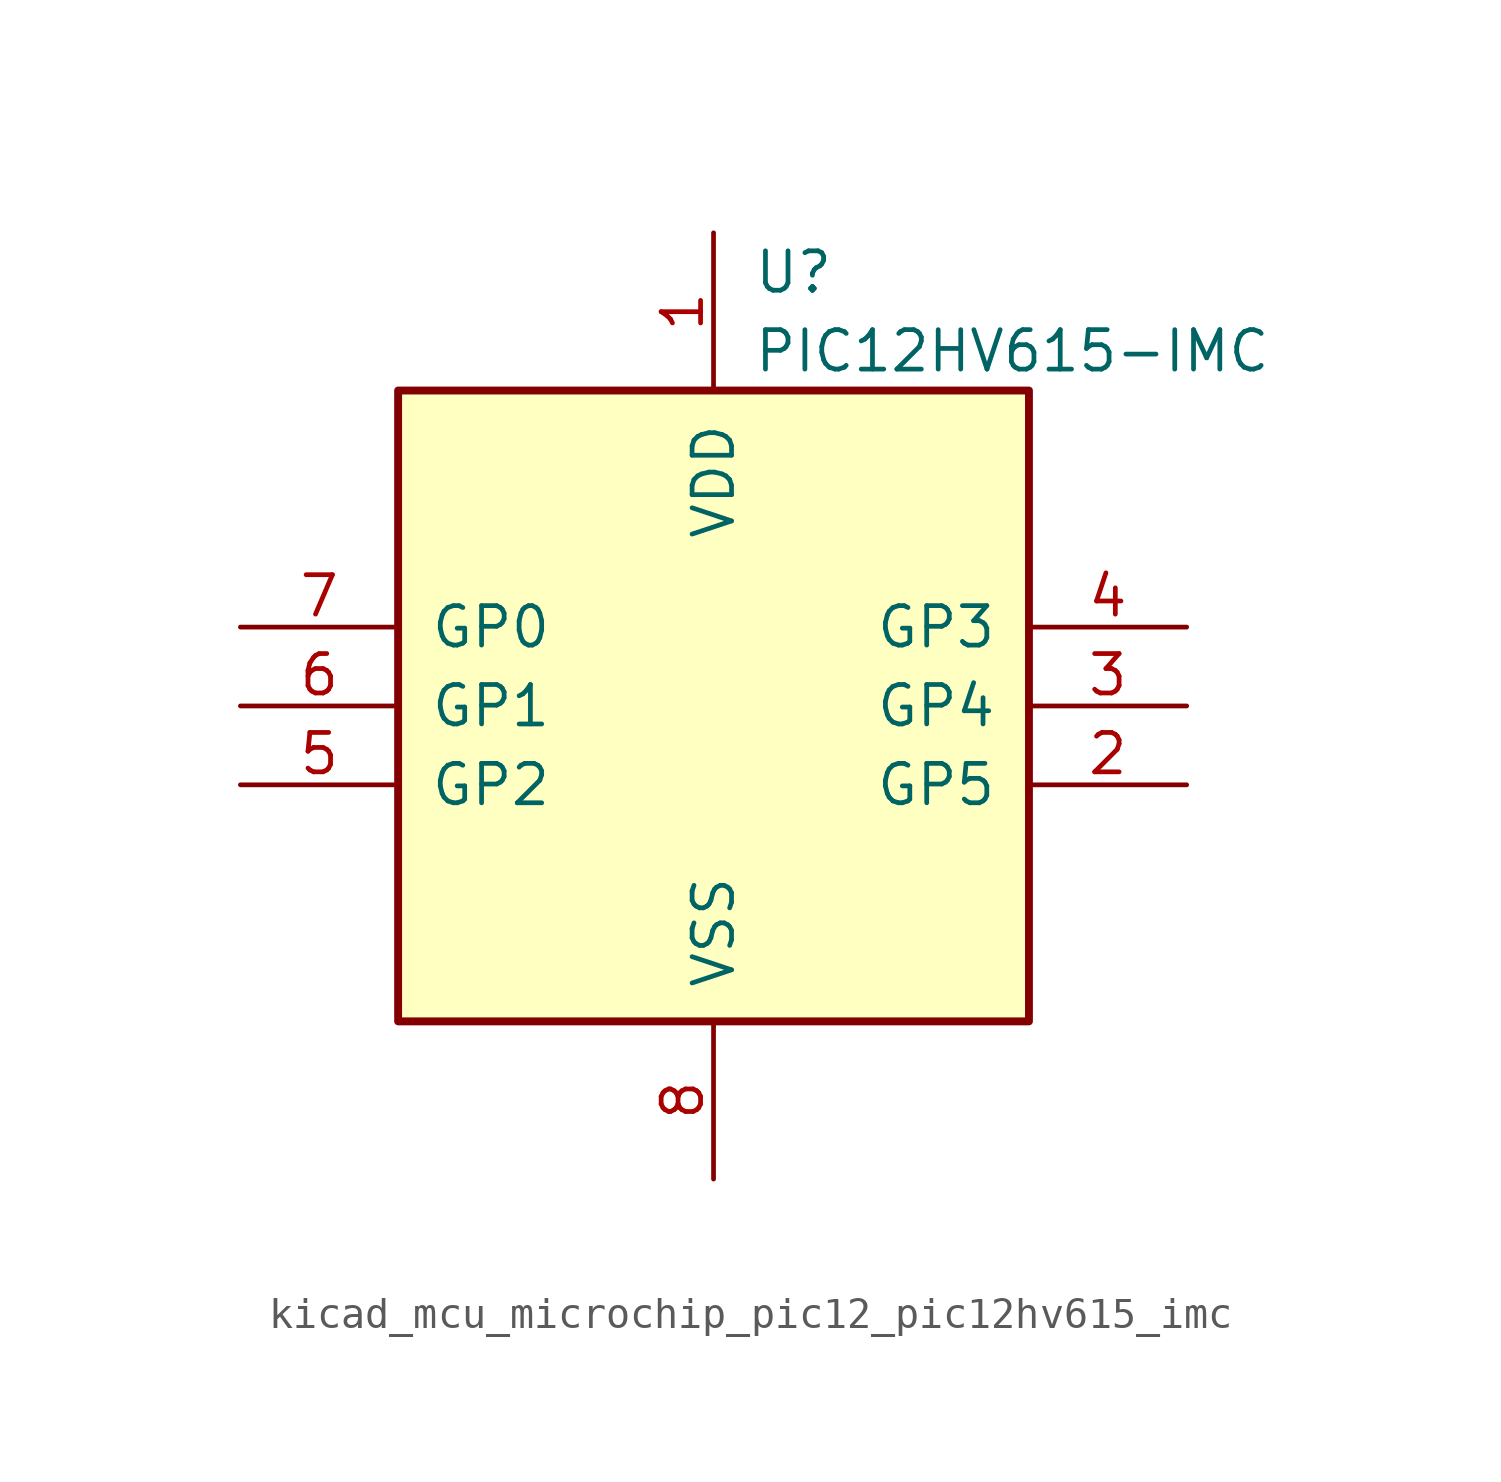
<source format=kicad_sym>
(kicad_symbol_lib
  (version 20220914)
  (generator kicad_symbol_editor)
  (symbol "kicad_mcu_microchip_pic12_pic12hv615_imc"
    (pin_names
      (offset 1.016))
    (property "Reference" "U"
      (at 1.27 13.97 0)
      (effects (font (size 1.27 1.27)) (justify left)))
    (property "Value" "PIC12HV615-IMC"
      (at 1.27 11.43 0)
      (effects (font (size 1.27 1.27)) (justify left)))
    (symbol "kicad_mcu_microchip_pic12_pic12hv615_imc_0_1"
      (rectangle (start 10.16 -10.16) (end -10.16 10.16) (stroke (width 0.254) (type default)) (fill (type background))))
    (symbol "kicad_mcu_microchip_pic12_pic12hv615_imc_1_1"
      (pin power_in line (at 0 15.24 270) (length 5.08) (name "VDD" (effects (font (size 1.27 1.27)))) (number "1" (effects (font (size 1.27 1.27)))))
      (pin bidirectional line (at 15.24 -2.54 180) (length 5.08) (name "GP5" (effects (font (size 1.27 1.27)))) (number "2" (effects (font (size 1.27 1.27)))))
      (pin bidirectional line (at 15.24 0 180) (length 5.08) (name "GP4" (effects (font (size 1.27 1.27)))) (number "3" (effects (font (size 1.27 1.27)))))
      (pin input line (at 15.24 2.54 180) (length 5.08) (name "GP3" (effects (font (size 1.27 1.27)))) (number "4" (effects (font (size 1.27 1.27)))))
      (pin bidirectional line (at -15.24 -2.54 0) (length 5.08) (name "GP2" (effects (font (size 1.27 1.27)))) (number "5" (effects (font (size 1.27 1.27)))))
      (pin bidirectional line (at -15.24 0 0) (length 5.08) (name "GP1" (effects (font (size 1.27 1.27)))) (number "6" (effects (font (size 1.27 1.27)))))
      (pin bidirectional line (at -15.24 2.54 0) (length 5.08) (name "GP0" (effects (font (size 1.27 1.27)))) (number "7" (effects (font (size 1.27 1.27)))))
      (pin power_in line (at 0 -15.24 90) (length 5.08) (name "VSS" (effects (font (size 1.27 1.27)))) (number "8" (effects (font (size 1.27 1.27))))))))
</source>
